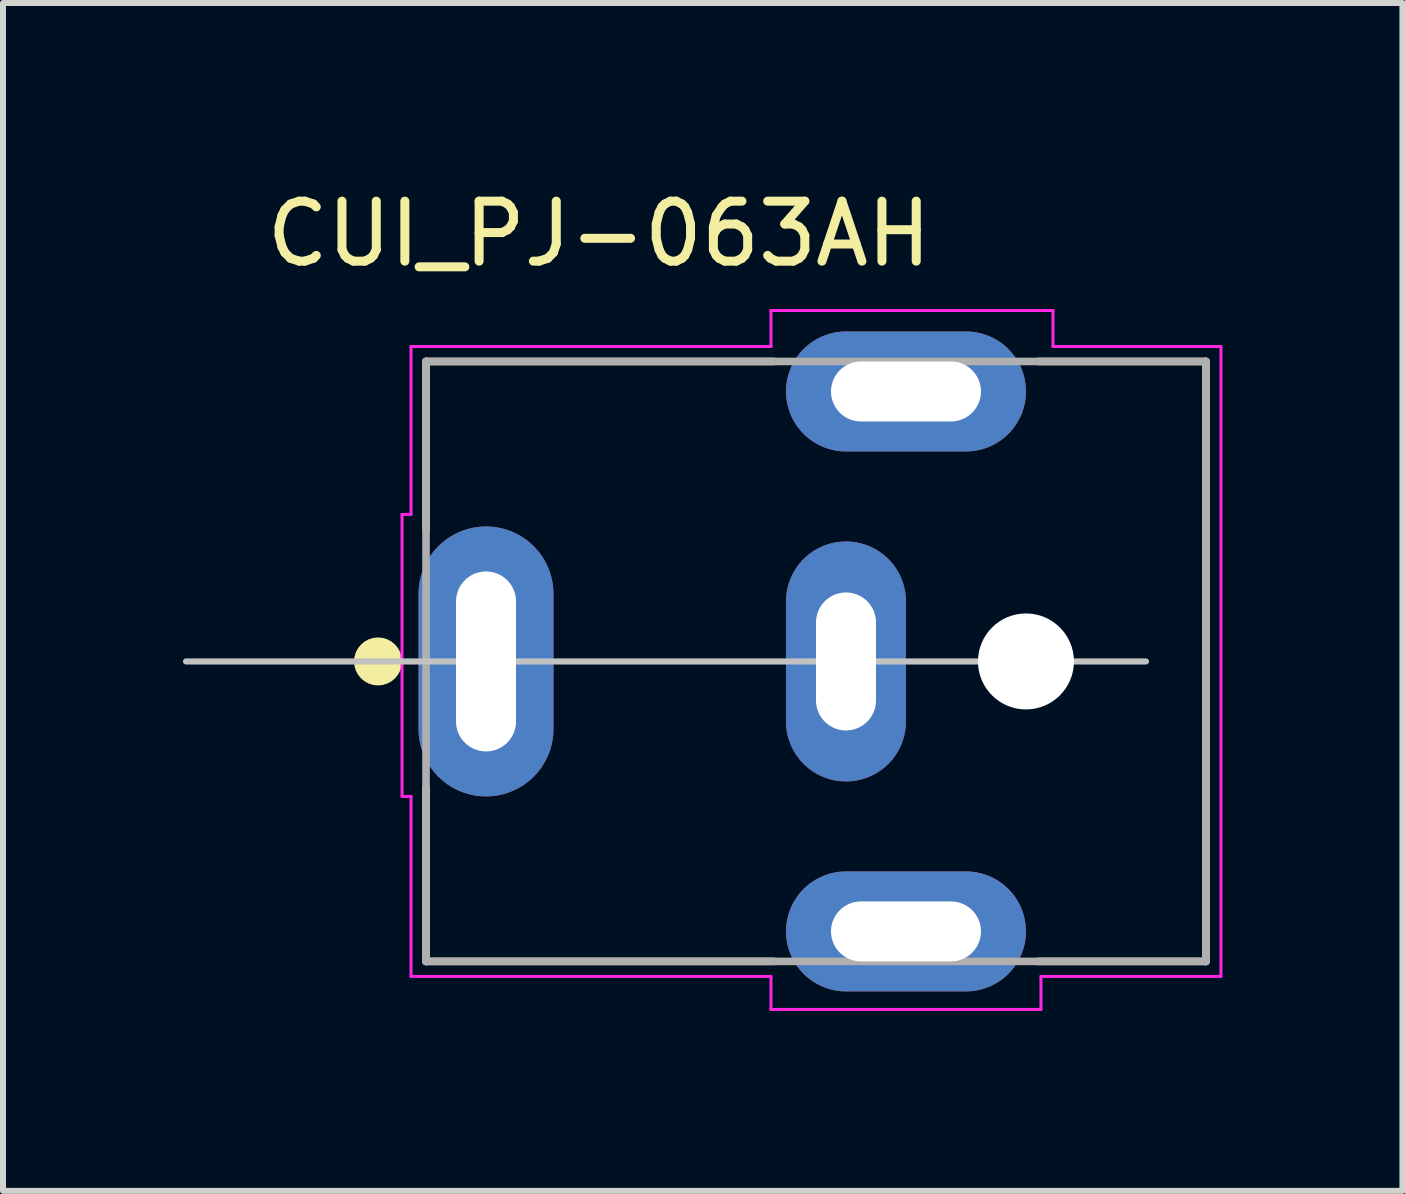
<source format=kicad_pcb>
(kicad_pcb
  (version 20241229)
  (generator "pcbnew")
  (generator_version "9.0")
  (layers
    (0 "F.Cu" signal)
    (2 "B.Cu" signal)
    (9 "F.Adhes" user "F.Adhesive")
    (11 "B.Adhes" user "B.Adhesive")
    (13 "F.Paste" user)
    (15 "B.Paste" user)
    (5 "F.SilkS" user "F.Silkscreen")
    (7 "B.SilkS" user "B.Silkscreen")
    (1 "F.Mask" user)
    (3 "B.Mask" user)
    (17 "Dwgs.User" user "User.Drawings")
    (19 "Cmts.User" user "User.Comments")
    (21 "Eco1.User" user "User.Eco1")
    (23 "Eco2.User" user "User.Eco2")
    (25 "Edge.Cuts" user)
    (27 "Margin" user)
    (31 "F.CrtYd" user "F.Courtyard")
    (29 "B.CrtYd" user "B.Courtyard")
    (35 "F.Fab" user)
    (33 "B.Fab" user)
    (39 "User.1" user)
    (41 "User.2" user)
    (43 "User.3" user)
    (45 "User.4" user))
  (footprint "CUI_PJ-063AH"
    (layer "F.Cu")
    (at 5.051 7.975)
    (property "Reference" "CUI_PJ-063AH" (at 1.885 -7.127 0) (layer "F.SilkS") (effects (font (size 1 1) (thickness 0.15))))
    (attr through_hole)
    (fp_line (start -1 -5) (end 4.8 -5) (stroke (width 0.127) (type solid)) (layer "F.SilkS"))
    (fp_line (start -1 -2.2) (end -1 -5) (stroke (width 0.127) (type solid)) (layer "F.SilkS"))
    (fp_line (start -1 5) (end -1 2.1) (stroke (width 0.127) (type solid)) (layer "F.SilkS"))
    (fp_line (start 4.8 5) (end -1 5) (stroke (width 0.127) (type solid)) (layer "F.SilkS"))
    (fp_line (start 9.2 -5) (end 12 -5) (stroke (width 0.127) (type solid)) (layer "F.SilkS"))
    (fp_line (start 12 -5) (end 12 5) (stroke (width 0.127) (type solid)) (layer "F.SilkS"))
    (fp_line (start 12 5) (end 9.2 5) (stroke (width 0.127) (type solid)) (layer "F.SilkS"))
    (fp_circle (center -1.8 0) (end -1.6 0) (stroke (width 0.4) (type solid)) (fill no) (layer "F.SilkS"))
    (fp_line (start -5 0) (end 11 0) (stroke (width 0.102) (type solid)) (layer "Dwgs.User"))
    (fp_line (start -1.4 -2.45) (end -1.25 -2.45) (stroke (width 0.05) (type solid)) (layer "F.CrtYd"))
    (fp_line (start -1.4 2.25) (end -1.4 -2.45) (stroke (width 0.05) (type solid)) (layer "F.CrtYd"))
    (fp_line (start -1.25 -5.25) (end 4.75 -5.25) (stroke (width 0.05) (type solid)) (layer "F.CrtYd"))
    (fp_line (start -1.25 -2.45) (end -1.25 -5.25) (stroke (width 0.05) (type solid)) (layer "F.CrtYd"))
    (fp_line (start -1.25 2.25) (end -1.4 2.25) (stroke (width 0.05) (type solid)) (layer "F.CrtYd"))
    (fp_line (start -1.25 5.25) (end -1.25 2.25) (stroke (width 0.05) (type solid)) (layer "F.CrtYd"))
    (fp_line (start 4.75 -5.85) (end 9.45 -5.85) (stroke (width 0.05) (type solid)) (layer "F.CrtYd"))
    (fp_line (start 4.75 -5.25) (end 4.75 -5.85) (stroke (width 0.05) (type solid)) (layer "F.CrtYd"))
    (fp_line (start 4.75 5.25) (end -1.25 5.25) (stroke (width 0.05) (type solid)) (layer "F.CrtYd"))
    (fp_line (start 4.75 5.8) (end 4.75 5.25) (stroke (width 0.05) (type solid)) (layer "F.CrtYd"))
    (fp_line (start 9.25 5.25) (end 9.25 5.8) (stroke (width 0.05) (type solid)) (layer "F.CrtYd"))
    (fp_line (start 9.25 5.8) (end 4.75 5.8) (stroke (width 0.05) (type solid)) (layer "F.CrtYd"))
    (fp_line (start 9.45 -5.85) (end 9.45 -5.25) (stroke (width 0.05) (type solid)) (layer "F.CrtYd"))
    (fp_line (start 9.45 -5.25) (end 12.25 -5.25) (stroke (width 0.05) (type solid)) (layer "F.CrtYd"))
    (fp_line (start 12.25 -5.25) (end 12.25 5.25) (stroke (width 0.05) (type solid)) (layer "F.CrtYd"))
    (fp_line (start 12.25 5.25) (end 9.25 5.25) (stroke (width 0.05) (type solid)) (layer "F.CrtYd"))
    (fp_line (start -1 -5) (end 12 -5) (stroke (width 0.127) (type solid)) (layer "F.Fab"))
    (fp_line (start -1 5) (end -1 -5) (stroke (width 0.127) (type solid)) (layer "F.Fab"))
    (fp_line (start 12 -5) (end 12 5) (stroke (width 0.127) (type solid)) (layer "F.Fab"))
    (fp_line (start 12 5) (end -1 5) (stroke (width 0.127) (type solid)) (layer "F.Fab"))
    (pad "" np_thru_hole circle (at 9 0) (size 1.6 1.6) (drill 1.6) (layers "*.Cu" "*.Mask"))
    (pad "1" thru_hole oval (at 0 0) (size 2.25 4.5) (drill oval 1 3) (layers "*.Cu" "*.Mask"))
    (pad "2" thru_hole oval (at 6 0) (size 2 4) (drill oval 1 2.3) (layers "*.Cu" "*.Mask"))
    (pad "S1" thru_hole oval (at 7 -4.5) (size 4 2) (drill oval 2.5 1) (layers "*.Cu" "*.Mask"))
    (pad "S2" thru_hole oval (at 7 4.5) (size 4 2) (drill oval 2.5 1) (layers "*.Cu" "*.Mask")))
  (gr_rect
    (start -3 -3)
    (end 20.326 16.8)
    (stroke (width 0.1) (type default))
    (fill no)
    (layer "Edge.Cuts")))
</source>
